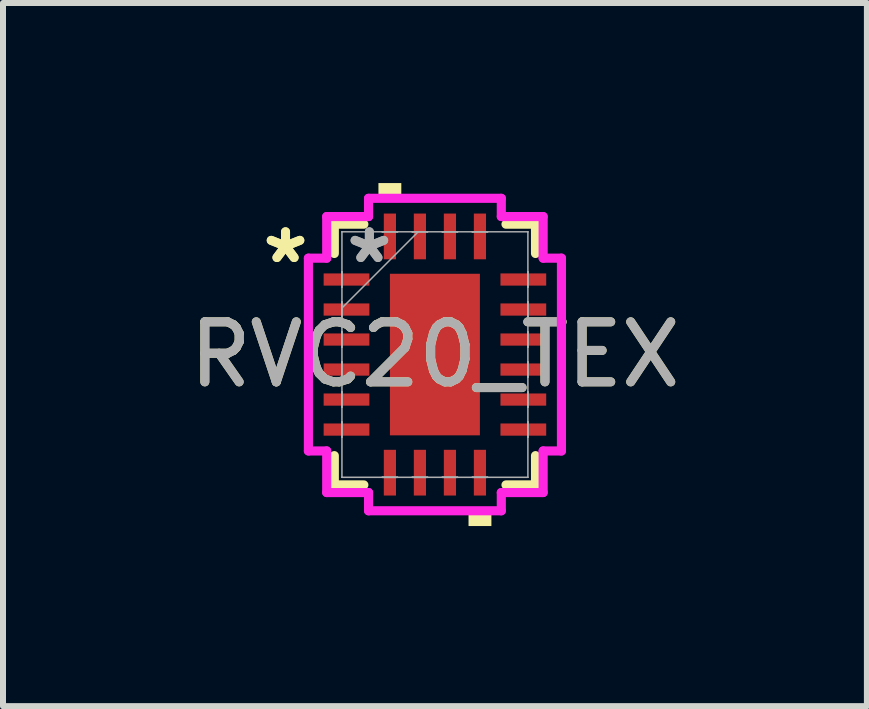
<source format=kicad_pcb>
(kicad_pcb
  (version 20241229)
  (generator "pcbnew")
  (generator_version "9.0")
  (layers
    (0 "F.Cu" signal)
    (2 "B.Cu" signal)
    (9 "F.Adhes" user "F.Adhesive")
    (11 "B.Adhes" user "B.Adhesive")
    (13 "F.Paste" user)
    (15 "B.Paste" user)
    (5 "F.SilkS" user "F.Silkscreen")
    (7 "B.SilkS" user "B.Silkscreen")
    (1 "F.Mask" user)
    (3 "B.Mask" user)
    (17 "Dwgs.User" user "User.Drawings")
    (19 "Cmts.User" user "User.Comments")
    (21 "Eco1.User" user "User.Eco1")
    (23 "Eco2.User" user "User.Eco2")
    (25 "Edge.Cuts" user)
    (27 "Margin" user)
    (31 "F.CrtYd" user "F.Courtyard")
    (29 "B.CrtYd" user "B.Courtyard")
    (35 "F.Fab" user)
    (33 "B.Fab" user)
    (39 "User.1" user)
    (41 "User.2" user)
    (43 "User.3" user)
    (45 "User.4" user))
  (footprint "RVC20_TEX"
    (layer "F.Cu")
    (at 4.196 2.857)
    (property "Reference" "RVC20_TEX" (at 0 0 0) (unlocked yes) (layer "F.SilkS") (effects (font (size 1 1) (thickness 0.15))))
    (attr smd)
    (fp_line (start -1.676 -2.172) (end -1.676 -1.684) (stroke (width 0.152) (type solid)) (layer "F.SilkS"))
    (fp_line (start -1.676 1.684) (end -1.676 2.172) (stroke (width 0.152) (type solid)) (layer "F.SilkS"))
    (fp_line (start -1.676 2.172) (end -1.184 2.172) (stroke (width 0.152) (type solid)) (layer "F.SilkS"))
    (fp_line (start -1.184 -2.172) (end -1.676 -2.172) (stroke (width 0.152) (type solid)) (layer "F.SilkS"))
    (fp_line (start 1.184 2.172) (end 1.676 2.172) (stroke (width 0.152) (type solid)) (layer "F.SilkS"))
    (fp_line (start 1.676 -2.172) (end 1.184 -2.172) (stroke (width 0.152) (type solid)) (layer "F.SilkS"))
    (fp_line (start 1.676 -1.684) (end 1.676 -2.172) (stroke (width 0.152) (type solid)) (layer "F.SilkS"))
    (fp_line (start 1.676 2.172) (end 1.676 1.684) (stroke (width 0.152) (type solid)) (layer "F.SilkS"))
    (fp_poly (pts (xy -0.941 -2.603) (xy -0.941 -2.857) (xy -0.56 -2.857) (xy -0.56 -2.603)) (stroke (width 0) (type solid)) (fill yes) (layer "F.SilkS"))
    (fp_poly (pts (xy 0.56 2.603) (xy 0.56 2.857) (xy 0.941 2.857) (xy 0.941 2.603)) (stroke (width 0) (type solid)) (fill yes) (layer "F.SilkS"))
    (fp_poly (pts (xy -0.649 -1.246) (xy -0.649 -0.1) (xy 0.649 -0.1) (xy 0.649 -1.246)) (stroke (width 0) (type solid)) (fill yes) (layer "F.Paste"))
    (fp_poly (pts (xy -0.649 0.1) (xy -0.649 1.246) (xy 0.649 1.246) (xy 0.649 0.1)) (stroke (width 0) (type solid)) (fill yes) (layer "F.Paste"))
    (fp_line (start -2.108 -1.606) (end -1.803 -1.606) (stroke (width 0.152) (type solid)) (layer "F.CrtYd"))
    (fp_line (start -2.108 1.606) (end -2.108 -1.606) (stroke (width 0.152) (type solid)) (layer "F.CrtYd"))
    (fp_line (start -1.803 -2.299) (end -1.106 -2.299) (stroke (width 0.152) (type solid)) (layer "F.CrtYd"))
    (fp_line (start -1.803 -1.606) (end -1.803 -2.299) (stroke (width 0.152) (type solid)) (layer "F.CrtYd"))
    (fp_line (start -1.803 1.606) (end -2.108 1.606) (stroke (width 0.152) (type solid)) (layer "F.CrtYd"))
    (fp_line (start -1.803 2.299) (end -1.803 1.606) (stroke (width 0.152) (type solid)) (layer "F.CrtYd"))
    (fp_line (start -1.106 -2.603) (end 1.106 -2.603) (stroke (width 0.152) (type solid)) (layer "F.CrtYd"))
    (fp_line (start -1.106 -2.299) (end -1.106 -2.603) (stroke (width 0.152) (type solid)) (layer "F.CrtYd"))
    (fp_line (start -1.106 2.299) (end -1.803 2.299) (stroke (width 0.152) (type solid)) (layer "F.CrtYd"))
    (fp_line (start -1.106 2.603) (end -1.106 2.299) (stroke (width 0.152) (type solid)) (layer "F.CrtYd"))
    (fp_line (start 1.106 -2.603) (end 1.106 -2.299) (stroke (width 0.152) (type solid)) (layer "F.CrtYd"))
    (fp_line (start 1.106 -2.299) (end 1.803 -2.299) (stroke (width 0.152) (type solid)) (layer "F.CrtYd"))
    (fp_line (start 1.106 2.299) (end 1.106 2.603) (stroke (width 0.152) (type solid)) (layer "F.CrtYd"))
    (fp_line (start 1.106 2.603) (end -1.106 2.603) (stroke (width 0.152) (type solid)) (layer "F.CrtYd"))
    (fp_line (start 1.803 -2.299) (end 1.803 -1.606) (stroke (width 0.152) (type solid)) (layer "F.CrtYd"))
    (fp_line (start 1.803 -1.606) (end 2.108 -1.606) (stroke (width 0.152) (type solid)) (layer "F.CrtYd"))
    (fp_line (start 1.803 1.606) (end 1.803 2.299) (stroke (width 0.152) (type solid)) (layer "F.CrtYd"))
    (fp_line (start 1.803 2.299) (end 1.106 2.299) (stroke (width 0.152) (type solid)) (layer "F.CrtYd"))
    (fp_line (start 2.108 -1.606) (end 2.108 1.606) (stroke (width 0.152) (type solid)) (layer "F.CrtYd"))
    (fp_line (start 2.108 1.606) (end 1.803 1.606) (stroke (width 0.152) (type solid)) (layer "F.CrtYd"))
    (fp_line (start -1.549 -2.045) (end -1.549 -2.045) (stroke (width 0.025) (type solid)) (layer "F.Fab"))
    (fp_line (start -1.549 -2.045) (end -1.549 2.045) (stroke (width 0.025) (type solid)) (layer "F.Fab"))
    (fp_line (start -1.549 -1.377) (end -1.549 -1.377) (stroke (width 0.025) (type solid)) (layer "F.Fab"))
    (fp_line (start -1.549 -1.377) (end -1.549 -1.123) (stroke (width 0.025) (type solid)) (layer "F.Fab"))
    (fp_line (start -1.549 -1.123) (end -1.549 -1.377) (stroke (width 0.025) (type solid)) (layer "F.Fab"))
    (fp_line (start -1.549 -1.123) (end -1.549 -1.123) (stroke (width 0.025) (type solid)) (layer "F.Fab"))
    (fp_line (start -1.549 -0.877) (end -1.549 -0.877) (stroke (width 0.025) (type solid)) (layer "F.Fab"))
    (fp_line (start -1.549 -0.877) (end -1.549 -0.623) (stroke (width 0.025) (type solid)) (layer "F.Fab"))
    (fp_line (start -1.549 -0.775) (end -0.279 -2.045) (stroke (width 0.025) (type solid)) (layer "F.Fab"))
    (fp_line (start -1.549 -0.623) (end -1.549 -0.877) (stroke (width 0.025) (type solid)) (layer "F.Fab"))
    (fp_line (start -1.549 -0.623) (end -1.549 -0.623) (stroke (width 0.025) (type solid)) (layer "F.Fab"))
    (fp_line (start -1.549 -0.377) (end -1.549 -0.377) (stroke (width 0.025) (type solid)) (layer "F.Fab"))
    (fp_line (start -1.549 -0.377) (end -1.549 -0.123) (stroke (width 0.025) (type solid)) (layer "F.Fab"))
    (fp_line (start -1.549 -0.123) (end -1.549 -0.377) (stroke (width 0.025) (type solid)) (layer "F.Fab"))
    (fp_line (start -1.549 -0.123) (end -1.549 -0.123) (stroke (width 0.025) (type solid)) (layer "F.Fab"))
    (fp_line (start -1.549 0.123) (end -1.549 0.123) (stroke (width 0.025) (type solid)) (layer "F.Fab"))
    (fp_line (start -1.549 0.123) (end -1.549 0.377) (stroke (width 0.025) (type solid)) (layer "F.Fab"))
    (fp_line (start -1.549 0.377) (end -1.549 0.123) (stroke (width 0.025) (type solid)) (layer "F.Fab"))
    (fp_line (start -1.549 0.377) (end -1.549 0.377) (stroke (width 0.025) (type solid)) (layer "F.Fab"))
    (fp_line (start -1.549 0.623) (end -1.549 0.623) (stroke (width 0.025) (type solid)) (layer "F.Fab"))
    (fp_line (start -1.549 0.623) (end -1.549 0.877) (stroke (width 0.025) (type solid)) (layer "F.Fab"))
    (fp_line (start -1.549 0.877) (end -1.549 0.623) (stroke (width 0.025) (type solid)) (layer "F.Fab"))
    (fp_line (start -1.549 0.877) (end -1.549 0.877) (stroke (width 0.025) (type solid)) (layer "F.Fab"))
    (fp_line (start -1.549 1.123) (end -1.549 1.123) (stroke (width 0.025) (type solid)) (layer "F.Fab"))
    (fp_line (start -1.549 1.123) (end -1.549 1.377) (stroke (width 0.025) (type solid)) (layer "F.Fab"))
    (fp_line (start -1.549 1.377) (end -1.549 1.123) (stroke (width 0.025) (type solid)) (layer "F.Fab"))
    (fp_line (start -1.549 1.377) (end -1.549 1.377) (stroke (width 0.025) (type solid)) (layer "F.Fab"))
    (fp_line (start -1.549 2.045) (end -1.549 2.045) (stroke (width 0.025) (type solid)) (layer "F.Fab"))
    (fp_line (start -1.549 2.045) (end 1.549 2.045) (stroke (width 0.025) (type solid)) (layer "F.Fab"))
    (fp_line (start -0.877 -2.045) (end -0.877 -2.045) (stroke (width 0.025) (type solid)) (layer "F.Fab"))
    (fp_line (start -0.877 -2.045) (end -0.623 -2.045) (stroke (width 0.025) (type solid)) (layer "F.Fab"))
    (fp_line (start -0.877 2.045) (end -0.877 2.045) (stroke (width 0.025) (type solid)) (layer "F.Fab"))
    (fp_line (start -0.877 2.045) (end -0.623 2.045) (stroke (width 0.025) (type solid)) (layer "F.Fab"))
    (fp_line (start -0.623 -2.045) (end -0.877 -2.045) (stroke (width 0.025) (type solid)) (layer "F.Fab"))
    (fp_line (start -0.623 -2.045) (end -0.623 -2.045) (stroke (width 0.025) (type solid)) (layer "F.Fab"))
    (fp_line (start -0.623 2.045) (end -0.877 2.045) (stroke (width 0.025) (type solid)) (layer "F.Fab"))
    (fp_line (start -0.623 2.045) (end -0.623 2.045) (stroke (width 0.025) (type solid)) (layer "F.Fab"))
    (fp_line (start -0.377 -2.045) (end -0.377 -2.045) (stroke (width 0.025) (type solid)) (layer "F.Fab"))
    (fp_line (start -0.377 -2.045) (end -0.123 -2.045) (stroke (width 0.025) (type solid)) (layer "F.Fab"))
    (fp_line (start -0.377 2.045) (end -0.377 2.045) (stroke (width 0.025) (type solid)) (layer "F.Fab"))
    (fp_line (start -0.377 2.045) (end -0.123 2.045) (stroke (width 0.025) (type solid)) (layer "F.Fab"))
    (fp_line (start -0.123 -2.045) (end -0.377 -2.045) (stroke (width 0.025) (type solid)) (layer "F.Fab"))
    (fp_line (start -0.123 -2.045) (end -0.123 -2.045) (stroke (width 0.025) (type solid)) (layer "F.Fab"))
    (fp_line (start -0.123 2.045) (end -0.377 2.045) (stroke (width 0.025) (type solid)) (layer "F.Fab"))
    (fp_line (start -0.123 2.045) (end -0.123 2.045) (stroke (width 0.025) (type solid)) (layer "F.Fab"))
    (fp_line (start 0.123 -2.045) (end 0.123 -2.045) (stroke (width 0.025) (type solid)) (layer "F.Fab"))
    (fp_line (start 0.123 -2.045) (end 0.377 -2.045) (stroke (width 0.025) (type solid)) (layer "F.Fab"))
    (fp_line (start 0.123 2.045) (end 0.123 2.045) (stroke (width 0.025) (type solid)) (layer "F.Fab"))
    (fp_line (start 0.123 2.045) (end 0.377 2.045) (stroke (width 0.025) (type solid)) (layer "F.Fab"))
    (fp_line (start 0.377 -2.045) (end 0.123 -2.045) (stroke (width 0.025) (type solid)) (layer "F.Fab"))
    (fp_line (start 0.377 -2.045) (end 0.377 -2.045) (stroke (width 0.025) (type solid)) (layer "F.Fab"))
    (fp_line (start 0.377 2.045) (end 0.123 2.045) (stroke (width 0.025) (type solid)) (layer "F.Fab"))
    (fp_line (start 0.377 2.045) (end 0.377 2.045) (stroke (width 0.025) (type solid)) (layer "F.Fab"))
    (fp_line (start 0.623 -2.045) (end 0.623 -2.045) (stroke (width 0.025) (type solid)) (layer "F.Fab"))
    (fp_line (start 0.623 -2.045) (end 0.877 -2.045) (stroke (width 0.025) (type solid)) (layer "F.Fab"))
    (fp_line (start 0.623 2.045) (end 0.623 2.045) (stroke (width 0.025) (type solid)) (layer "F.Fab"))
    (fp_line (start 0.623 2.045) (end 0.877 2.045) (stroke (width 0.025) (type solid)) (layer "F.Fab"))
    (fp_line (start 0.877 -2.045) (end 0.623 -2.045) (stroke (width 0.025) (type solid)) (layer "F.Fab"))
    (fp_line (start 0.877 -2.045) (end 0.877 -2.045) (stroke (width 0.025) (type solid)) (layer "F.Fab"))
    (fp_line (start 0.877 2.045) (end 0.623 2.045) (stroke (width 0.025) (type solid)) (layer "F.Fab"))
    (fp_line (start 0.877 2.045) (end 0.877 2.045) (stroke (width 0.025) (type solid)) (layer "F.Fab"))
    (fp_line (start 1.549 -2.045) (end -1.549 -2.045) (stroke (width 0.025) (type solid)) (layer "F.Fab"))
    (fp_line (start 1.549 -2.045) (end 1.549 -2.045) (stroke (width 0.025) (type solid)) (layer "F.Fab"))
    (fp_line (start 1.549 -1.377) (end 1.549 -1.377) (stroke (width 0.025) (type solid)) (layer "F.Fab"))
    (fp_line (start 1.549 -1.377) (end 1.549 -1.123) (stroke (width 0.025) (type solid)) (layer "F.Fab"))
    (fp_line (start 1.549 -1.123) (end 1.549 -1.377) (stroke (width 0.025) (type solid)) (layer "F.Fab"))
    (fp_line (start 1.549 -1.123) (end 1.549 -1.123) (stroke (width 0.025) (type solid)) (layer "F.Fab"))
    (fp_line (start 1.549 -0.877) (end 1.549 -0.877) (stroke (width 0.025) (type solid)) (layer "F.Fab"))
    (fp_line (start 1.549 -0.877) (end 1.549 -0.623) (stroke (width 0.025) (type solid)) (layer "F.Fab"))
    (fp_line (start 1.549 -0.623) (end 1.549 -0.877) (stroke (width 0.025) (type solid)) (layer "F.Fab"))
    (fp_line (start 1.549 -0.623) (end 1.549 -0.623) (stroke (width 0.025) (type solid)) (layer "F.Fab"))
    (fp_line (start 1.549 -0.377) (end 1.549 -0.377) (stroke (width 0.025) (type solid)) (layer "F.Fab"))
    (fp_line (start 1.549 -0.377) (end 1.549 -0.123) (stroke (width 0.025) (type solid)) (layer "F.Fab"))
    (fp_line (start 1.549 -0.123) (end 1.549 -0.377) (stroke (width 0.025) (type solid)) (layer "F.Fab"))
    (fp_line (start 1.549 -0.123) (end 1.549 -0.123) (stroke (width 0.025) (type solid)) (layer "F.Fab"))
    (fp_line (start 1.549 0.123) (end 1.549 0.123) (stroke (width 0.025) (type solid)) (layer "F.Fab"))
    (fp_line (start 1.549 0.123) (end 1.549 0.377) (stroke (width 0.025) (type solid)) (layer "F.Fab"))
    (fp_line (start 1.549 0.377) (end 1.549 0.123) (stroke (width 0.025) (type solid)) (layer "F.Fab"))
    (fp_line (start 1.549 0.377) (end 1.549 0.377) (stroke (width 0.025) (type solid)) (layer "F.Fab"))
    (fp_line (start 1.549 0.623) (end 1.549 0.623) (stroke (width 0.025) (type solid)) (layer "F.Fab"))
    (fp_line (start 1.549 0.623) (end 1.549 0.877) (stroke (width 0.025) (type solid)) (layer "F.Fab"))
    (fp_line (start 1.549 0.877) (end 1.549 0.623) (stroke (width 0.025) (type solid)) (layer "F.Fab"))
    (fp_line (start 1.549 0.877) (end 1.549 0.877) (stroke (width 0.025) (type solid)) (layer "F.Fab"))
    (fp_line (start 1.549 1.123) (end 1.549 1.123) (stroke (width 0.025) (type solid)) (layer "F.Fab"))
    (fp_line (start 1.549 1.123) (end 1.549 1.377) (stroke (width 0.025) (type solid)) (layer "F.Fab"))
    (fp_line (start 1.549 1.377) (end 1.549 1.123) (stroke (width 0.025) (type solid)) (layer "F.Fab"))
    (fp_line (start 1.549 1.377) (end 1.549 1.377) (stroke (width 0.025) (type solid)) (layer "F.Fab"))
    (fp_line (start 1.549 2.045) (end 1.549 -2.045) (stroke (width 0.025) (type solid)) (layer "F.Fab"))
    (fp_line (start 1.549 2.045) (end 1.549 2.045) (stroke (width 0.025) (type solid)) (layer "F.Fab"))
    (fp_text user "*" (at -2.489 -1.5 0) (unlocked yes) (layer "F.SilkS") (effects (font (size 1 1) (thickness 0.15))))
    (fp_text user "*" (at -2.489 -1.5 0) (layer "F.SilkS") (effects (font (size 1 1) (thickness 0.15))))
    (fp_text user "${REFERENCE}" (at 0 0 0) (unlocked yes) (layer "F.Fab") (effects (font (size 1 1) (thickness 0.15))))
    (fp_text user "*" (at -1.092 -1.5 0) (unlocked yes) (layer "F.Fab") (effects (font (size 1 1) (thickness 0.15))))
    (fp_text user "*" (at -1.092 -1.5 0) (layer "F.Fab") (effects (font (size 1 1) (thickness 0.15))))
    (pad "1" smd rect (at -1.473 -1.25 90) (size 0.203 0.762) (layers "F.Cu" "F.Mask" "F.Paste"))
    (pad "2" smd rect (at -1.473 -0.75 90) (size 0.203 0.762) (layers "F.Cu" "F.Mask" "F.Paste"))
    (pad "3" smd rect (at -1.473 -0.25 90) (size 0.203 0.762) (layers "F.Cu" "F.Mask" "F.Paste"))
    (pad "4" smd rect (at -1.473 0.25 90) (size 0.203 0.762) (layers "F.Cu" "F.Mask" "F.Paste"))
    (pad "5" smd rect (at -1.473 0.75 90) (size 0.203 0.762) (layers "F.Cu" "F.Mask" "F.Paste"))
    (pad "6" smd rect (at -1.473 1.25 90) (size 0.203 0.762) (layers "F.Cu" "F.Mask" "F.Paste"))
    (pad "7" smd rect (at -0.75 1.968) (size 0.203 0.762) (layers "F.Cu" "F.Mask" "F.Paste"))
    (pad "8" smd rect (at -0.25 1.968) (size 0.203 0.762) (layers "F.Cu" "F.Mask" "F.Paste"))
    (pad "9" smd rect (at 0.25 1.968) (size 0.203 0.762) (layers "F.Cu" "F.Mask" "F.Paste"))
    (pad "10" smd rect (at 0.75 1.968) (size 0.203 0.762) (layers "F.Cu" "F.Mask" "F.Paste"))
    (pad "11" smd rect (at 1.473 1.25 90) (size 0.203 0.762) (layers "F.Cu" "F.Mask" "F.Paste"))
    (pad "12" smd rect (at 1.473 0.75 90) (size 0.203 0.762) (layers "F.Cu" "F.Mask" "F.Paste"))
    (pad "13" smd rect (at 1.473 0.25 90) (size 0.203 0.762) (layers "F.Cu" "F.Mask" "F.Paste"))
    (pad "14" smd rect (at 1.473 -0.25 90) (size 0.203 0.762) (layers "F.Cu" "F.Mask" "F.Paste"))
    (pad "15" smd rect (at 1.473 -0.75 90) (size 0.203 0.762) (layers "F.Cu" "F.Mask" "F.Paste"))
    (pad "16" smd rect (at 1.473 -1.25 90) (size 0.203 0.762) (layers "F.Cu" "F.Mask" "F.Paste"))
    (pad "17" smd rect (at 0.75 -1.968) (size 0.203 0.762) (layers "F.Cu" "F.Mask" "F.Paste"))
    (pad "18" smd rect (at 0.25 -1.968) (size 0.203 0.762) (layers "F.Cu" "F.Mask" "F.Paste"))
    (pad "19" smd rect (at -0.25 -1.968) (size 0.203 0.762) (layers "F.Cu" "F.Mask" "F.Paste"))
    (pad "20" smd rect (at -0.75 -1.968) (size 0.203 0.762) (layers "F.Cu" "F.Mask" "F.Paste"))
    (pad "21" smd rect (at 0 0) (size 1.499 2.692) (layers "F.Cu" "F.Mask")))
  (gr_rect
    (start -3 -3)
    (end 11.393 8.715)
    (stroke (width 0.1) (type default))
    (fill no)
    (layer "Edge.Cuts")))
</source>
